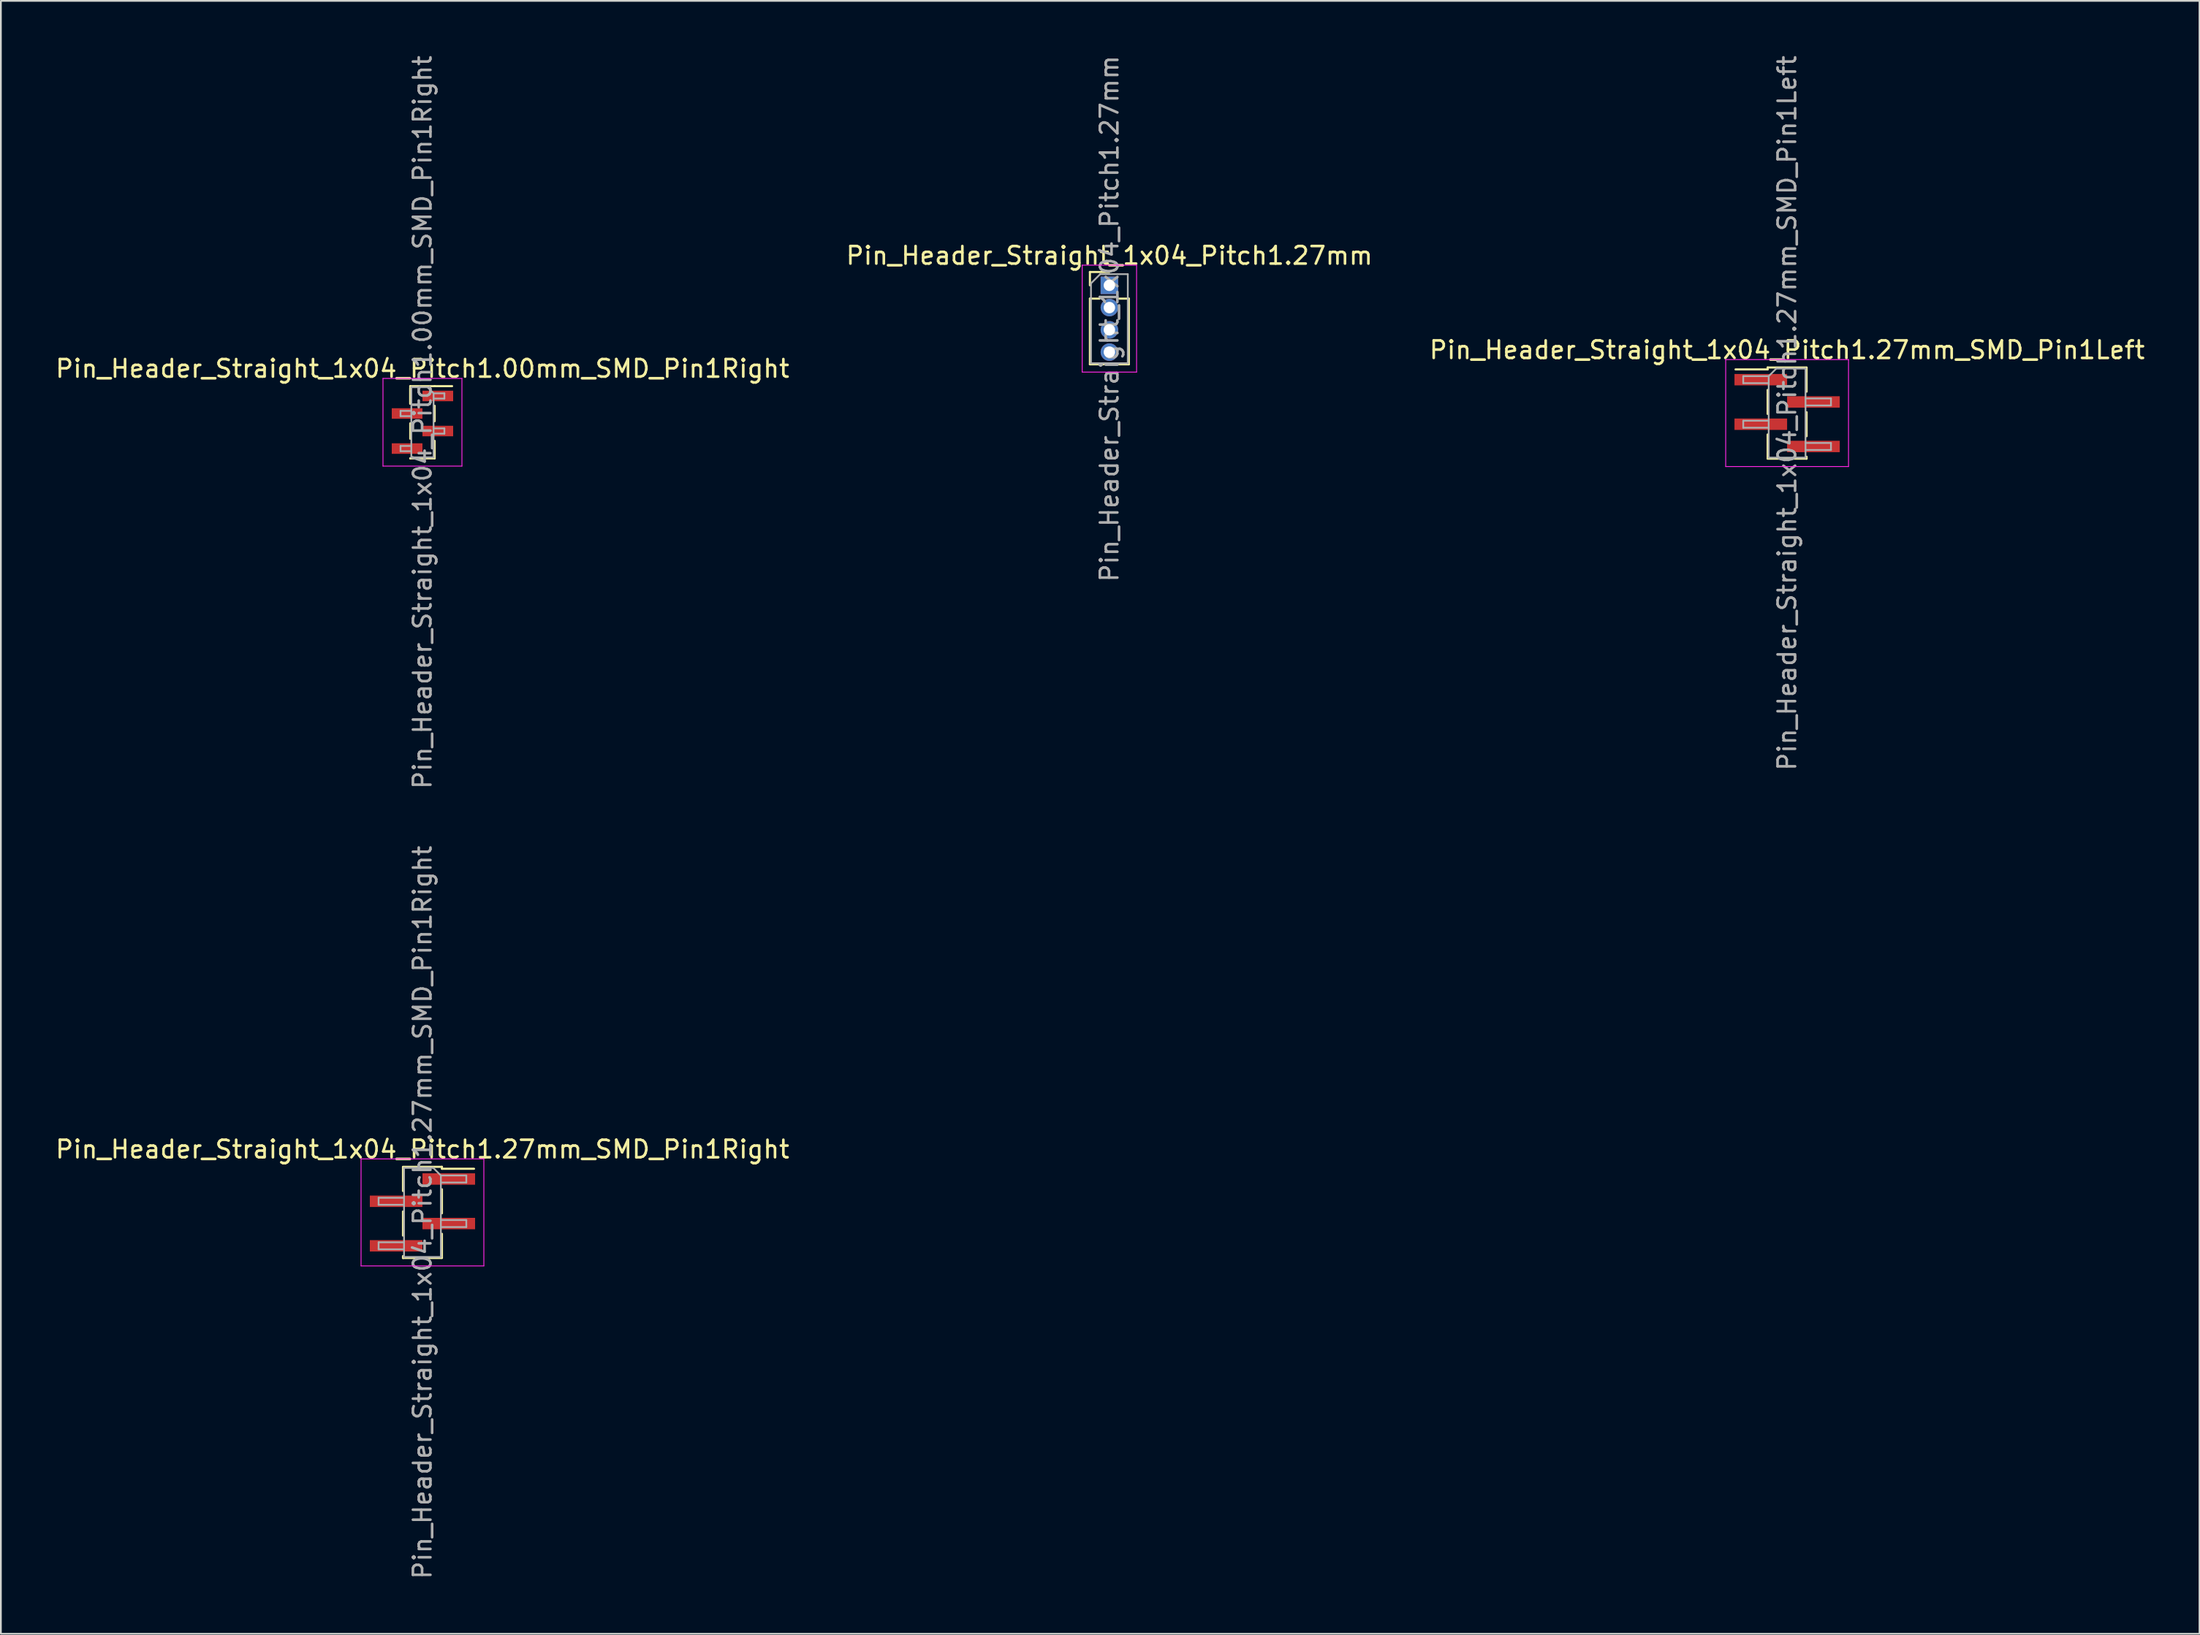
<source format=kicad_pcb>
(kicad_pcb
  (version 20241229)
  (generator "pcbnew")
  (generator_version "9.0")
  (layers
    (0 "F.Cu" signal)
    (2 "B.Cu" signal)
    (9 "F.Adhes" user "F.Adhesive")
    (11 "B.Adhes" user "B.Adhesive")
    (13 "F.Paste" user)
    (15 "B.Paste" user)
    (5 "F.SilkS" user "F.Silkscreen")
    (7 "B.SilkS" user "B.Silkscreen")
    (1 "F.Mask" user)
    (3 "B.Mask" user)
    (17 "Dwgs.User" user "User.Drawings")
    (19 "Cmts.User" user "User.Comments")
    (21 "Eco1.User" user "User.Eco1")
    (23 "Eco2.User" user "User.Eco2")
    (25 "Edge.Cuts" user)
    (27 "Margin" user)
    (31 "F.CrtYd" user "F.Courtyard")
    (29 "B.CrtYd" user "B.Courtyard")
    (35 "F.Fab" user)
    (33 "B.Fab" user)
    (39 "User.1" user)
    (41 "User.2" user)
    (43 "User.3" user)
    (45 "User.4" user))
  (footprint "Pin_Header_Straight_1x04_Pitch1.27mm_SMD_Pin1Left"
    (layer "F.Cu")
    (at 98.815 20.506)
    (property "Reference" "Pin_Header_Straight_1x04_Pitch1.27mm_SMD_Pin1Left" (at 0 -3.6 0) (layer "F.SilkS") (effects (font (size 1 1) (thickness 0.15))))
    (attr smd)
    (fp_line (start -1.11 -2.6) (end -1.11 -2.49) (stroke (width 0.12) (type solid)) (layer "F.SilkS"))
    (fp_line (start -1.11 -2.6) (end 1.11 -2.6) (stroke (width 0.12) (type solid)) (layer "F.SilkS"))
    (fp_line (start -1.11 -2.49) (end -2.94 -2.49) (stroke (width 0.12) (type solid)) (layer "F.SilkS"))
    (fp_line (start -1.11 -1.32) (end -1.11 0.05) (stroke (width 0.12) (type solid)) (layer "F.SilkS"))
    (fp_line (start -1.11 1.22) (end -1.11 2.59) (stroke (width 0.12) (type solid)) (layer "F.SilkS"))
    (fp_line (start -1.11 2.6) (end 1.11 2.6) (stroke (width 0.12) (type solid)) (layer "F.SilkS"))
    (fp_line (start 1.11 -2.59) (end 1.11 -1.22) (stroke (width 0.12) (type solid)) (layer "F.SilkS"))
    (fp_line (start 1.11 -0.05) (end 1.11 1.32) (stroke (width 0.12) (type solid)) (layer "F.SilkS"))
    (fp_line (start 1.11 2.49) (end 1.11 2.6) (stroke (width 0.12) (type solid)) (layer "F.SilkS"))
    (fp_line (start -3.5 -3.05) (end -3.5 3.05) (stroke (width 0.05) (type solid)) (layer "F.CrtYd"))
    (fp_line (start -3.5 3.05) (end 3.5 3.05) (stroke (width 0.05) (type solid)) (layer "F.CrtYd"))
    (fp_line (start 3.5 -3.05) (end -3.5 -3.05) (stroke (width 0.05) (type solid)) (layer "F.CrtYd"))
    (fp_line (start 3.5 3.05) (end 3.5 -3.05) (stroke (width 0.05) (type solid)) (layer "F.CrtYd"))
    (fp_line (start -2.5 -2.105) (end -2.5 -1.705) (stroke (width 0.1) (type solid)) (layer "F.Fab"))
    (fp_line (start -2.5 -1.705) (end -1.05 -1.705) (stroke (width 0.1) (type solid)) (layer "F.Fab"))
    (fp_line (start -2.5 0.435) (end -2.5 0.835) (stroke (width 0.1) (type solid)) (layer "F.Fab"))
    (fp_line (start -2.5 0.835) (end -1.05 0.835) (stroke (width 0.1) (type solid)) (layer "F.Fab"))
    (fp_line (start -1.05 -2.105) (end -2.5 -2.105) (stroke (width 0.1) (type solid)) (layer "F.Fab"))
    (fp_line (start -1.05 -2.105) (end -0.615 -2.54) (stroke (width 0.1) (type solid)) (layer "F.Fab"))
    (fp_line (start -1.05 0.435) (end -2.5 0.435) (stroke (width 0.1) (type solid)) (layer "F.Fab"))
    (fp_line (start -1.05 2.54) (end -1.05 -2.105) (stroke (width 0.1) (type solid)) (layer "F.Fab"))
    (fp_line (start -0.615 -2.54) (end 1.05 -2.54) (stroke (width 0.1) (type solid)) (layer "F.Fab"))
    (fp_line (start 1.05 -2.54) (end 1.05 2.54) (stroke (width 0.1) (type solid)) (layer "F.Fab"))
    (fp_line (start 1.05 -0.835) (end 2.5 -0.835) (stroke (width 0.1) (type solid)) (layer "F.Fab"))
    (fp_line (start 1.05 1.705) (end 2.5 1.705) (stroke (width 0.1) (type solid)) (layer "F.Fab"))
    (fp_line (start 1.05 2.54) (end -1.05 2.54) (stroke (width 0.1) (type solid)) (layer "F.Fab"))
    (fp_line (start 2.5 -0.835) (end 2.5 -0.435) (stroke (width 0.1) (type solid)) (layer "F.Fab"))
    (fp_line (start 2.5 -0.435) (end 1.05 -0.435) (stroke (width 0.1) (type solid)) (layer "F.Fab"))
    (fp_line (start 2.5 1.705) (end 2.5 2.105) (stroke (width 0.1) (type solid)) (layer "F.Fab"))
    (fp_line (start 2.5 2.105) (end 1.05 2.105) (stroke (width 0.1) (type solid)) (layer "F.Fab"))
    (fp_text user "${REFERENCE}" (at 0 0 90) (layer "F.Fab") (effects (font (size 1 1) (thickness 0.15))))
    (pad "1" smd rect (at -1.5 -1.905) (size 3 0.65) (layers "F.Cu" "F.Mask" "F.Paste"))
    (pad "2" smd rect (at 1.5 -0.635) (size 3 0.65) (layers "F.Cu" "F.Mask" "F.Paste"))
    (pad "3" smd rect (at -1.5 0.635) (size 3 0.65) (layers "F.Cu" "F.Mask" "F.Paste"))
    (pad "4" smd rect (at 1.5 1.905) (size 3 0.65) (layers "F.Cu" "F.Mask" "F.Paste")))
  (footprint "Pin_Header_Straight_1x04_Pitch1.27mm_SMD_Pin1Right"
    (layer "F.Cu")
    (at 21.03 66.089)
    (property "Reference" "Pin_Header_Straight_1x04_Pitch1.27mm_SMD_Pin1Right" (at 0 -3.6 0) (layer "F.SilkS") (effects (font (size 1 1) (thickness 0.15))))
    (attr smd)
    (fp_line (start -1.11 -2.6) (end 1.11 -2.6) (stroke (width 0.12) (type solid)) (layer "F.SilkS"))
    (fp_line (start -1.11 -2.59) (end -1.11 -1.22) (stroke (width 0.12) (type solid)) (layer "F.SilkS"))
    (fp_line (start -1.11 -0.05) (end -1.11 1.32) (stroke (width 0.12) (type solid)) (layer "F.SilkS"))
    (fp_line (start -1.11 2.49) (end -1.11 2.6) (stroke (width 0.12) (type solid)) (layer "F.SilkS"))
    (fp_line (start -1.11 2.6) (end 1.11 2.6) (stroke (width 0.12) (type solid)) (layer "F.SilkS"))
    (fp_line (start 1.11 -2.6) (end 1.11 -2.49) (stroke (width 0.12) (type solid)) (layer "F.SilkS"))
    (fp_line (start 1.11 -2.49) (end 2.94 -2.49) (stroke (width 0.12) (type solid)) (layer "F.SilkS"))
    (fp_line (start 1.11 -1.32) (end 1.11 0.05) (stroke (width 0.12) (type solid)) (layer "F.SilkS"))
    (fp_line (start 1.11 1.22) (end 1.11 2.59) (stroke (width 0.12) (type solid)) (layer "F.SilkS"))
    (fp_line (start -3.5 -3.05) (end -3.5 3.05) (stroke (width 0.05) (type solid)) (layer "F.CrtYd"))
    (fp_line (start -3.5 3.05) (end 3.5 3.05) (stroke (width 0.05) (type solid)) (layer "F.CrtYd"))
    (fp_line (start 3.5 -3.05) (end -3.5 -3.05) (stroke (width 0.05) (type solid)) (layer "F.CrtYd"))
    (fp_line (start 3.5 3.05) (end 3.5 -3.05) (stroke (width 0.05) (type solid)) (layer "F.CrtYd"))
    (fp_line (start -2.5 -0.835) (end -2.5 -0.435) (stroke (width 0.1) (type solid)) (layer "F.Fab"))
    (fp_line (start -2.5 -0.435) (end -1.05 -0.435) (stroke (width 0.1) (type solid)) (layer "F.Fab"))
    (fp_line (start -2.5 1.705) (end -2.5 2.105) (stroke (width 0.1) (type solid)) (layer "F.Fab"))
    (fp_line (start -2.5 2.105) (end -1.05 2.105) (stroke (width 0.1) (type solid)) (layer "F.Fab"))
    (fp_line (start -1.05 -2.54) (end -1.05 2.54) (stroke (width 0.1) (type solid)) (layer "F.Fab"))
    (fp_line (start -1.05 -2.54) (end 0.615 -2.54) (stroke (width 0.1) (type solid)) (layer "F.Fab"))
    (fp_line (start -1.05 -0.835) (end -2.5 -0.835) (stroke (width 0.1) (type solid)) (layer "F.Fab"))
    (fp_line (start -1.05 1.705) (end -2.5 1.705) (stroke (width 0.1) (type solid)) (layer "F.Fab"))
    (fp_line (start 1.05 -2.105) (end 0.615 -2.54) (stroke (width 0.1) (type solid)) (layer "F.Fab"))
    (fp_line (start 1.05 -2.105) (end 2.5 -2.105) (stroke (width 0.1) (type solid)) (layer "F.Fab"))
    (fp_line (start 1.05 0.435) (end 2.5 0.435) (stroke (width 0.1) (type solid)) (layer "F.Fab"))
    (fp_line (start 1.05 2.54) (end -1.05 2.54) (stroke (width 0.1) (type solid)) (layer "F.Fab"))
    (fp_line (start 1.05 2.54) (end 1.05 -2.105) (stroke (width 0.1) (type solid)) (layer "F.Fab"))
    (fp_line (start 2.5 -2.105) (end 2.5 -1.705) (stroke (width 0.1) (type solid)) (layer "F.Fab"))
    (fp_line (start 2.5 -1.705) (end 1.05 -1.705) (stroke (width 0.1) (type solid)) (layer "F.Fab"))
    (fp_line (start 2.5 0.435) (end 2.5 0.835) (stroke (width 0.1) (type solid)) (layer "F.Fab"))
    (fp_line (start 2.5 0.835) (end 1.05 0.835) (stroke (width 0.1) (type solid)) (layer "F.Fab"))
    (fp_text user "${REFERENCE}" (at 0 0 90) (layer "F.Fab") (effects (font (size 1 1) (thickness 0.15))))
    (pad "1" smd rect (at 1.5 -1.905) (size 3 0.65) (layers "F.Cu" "F.Mask" "F.Paste"))
    (pad "2" smd rect (at -1.5 -0.635) (size 3 0.65) (layers "F.Cu" "F.Mask" "F.Paste"))
    (pad "3" smd rect (at 1.5 0.635) (size 3 0.65) (layers "F.Cu" "F.Mask" "F.Paste"))
    (pad "4" smd rect (at -1.5 1.905) (size 3 0.65) (layers "F.Cu" "F.Mask" "F.Paste")))
  (footprint "Pin_Header_Straight_1x04_Pitch1.27mm"
    (layer "F.Cu")
    (at 60.185 13.22)
    (property "Reference" "Pin_Header_Straight_1x04_Pitch1.27mm" (at 0 -1.695 0) (layer "F.SilkS") (effects (font (size 1 1) (thickness 0.15))))
    (attr through_hole)
    (fp_line (start -1.11 -0.76) (end 0 -0.76) (stroke (width 0.12) (type solid)) (layer "F.SilkS"))
    (fp_line (start -1.11 0) (end -1.11 -0.76) (stroke (width 0.12) (type solid)) (layer "F.SilkS"))
    (fp_line (start -1.11 0.76) (end -1.11 4.505) (stroke (width 0.12) (type solid)) (layer "F.SilkS"))
    (fp_line (start -1.11 0.76) (end -0.563 0.76) (stroke (width 0.12) (type solid)) (layer "F.SilkS"))
    (fp_line (start -1.11 4.505) (end -0.308 4.505) (stroke (width 0.12) (type solid)) (layer "F.SilkS"))
    (fp_line (start 0.308 4.505) (end 1.11 4.505) (stroke (width 0.12) (type solid)) (layer "F.SilkS"))
    (fp_line (start 0.563 0.76) (end 1.11 0.76) (stroke (width 0.12) (type solid)) (layer "F.SilkS"))
    (fp_line (start 1.11 0.76) (end 1.11 4.505) (stroke (width 0.12) (type solid)) (layer "F.SilkS"))
    (fp_line (start -1.55 -1.15) (end -1.55 4.95) (stroke (width 0.05) (type solid)) (layer "F.CrtYd"))
    (fp_line (start -1.55 4.95) (end 1.55 4.95) (stroke (width 0.05) (type solid)) (layer "F.CrtYd"))
    (fp_line (start 1.55 -1.15) (end -1.55 -1.15) (stroke (width 0.05) (type solid)) (layer "F.CrtYd"))
    (fp_line (start 1.55 4.95) (end 1.55 -1.15) (stroke (width 0.05) (type solid)) (layer "F.CrtYd"))
    (fp_line (start -1.05 -0.11) (end -0.525 -0.635) (stroke (width 0.1) (type solid)) (layer "F.Fab"))
    (fp_line (start -1.05 4.445) (end -1.05 -0.11) (stroke (width 0.1) (type solid)) (layer "F.Fab"))
    (fp_line (start -0.525 -0.635) (end 1.05 -0.635) (stroke (width 0.1) (type solid)) (layer "F.Fab"))
    (fp_line (start 1.05 -0.635) (end 1.05 4.445) (stroke (width 0.1) (type solid)) (layer "F.Fab"))
    (fp_line (start 1.05 4.445) (end -1.05 4.445) (stroke (width 0.1) (type solid)) (layer "F.Fab"))
    (fp_text user "${REFERENCE}" (at 0 1.905 90) (layer "F.Fab") (effects (font (size 1 1) (thickness 0.15))))
    (pad "1" thru_hole rect (at 0 0) (size 1 1) (drill 0.65) (layers "*.Cu" "*.Mask"))
    (pad "2" thru_hole oval (at 0 1.27) (size 1 1) (drill 0.65) (layers "*.Cu" "*.Mask"))
    (pad "3" thru_hole oval (at 0 2.54) (size 1 1) (drill 0.65) (layers "*.Cu" "*.Mask"))
    (pad "4" thru_hole oval (at 0 3.81) (size 1 1) (drill 0.65) (layers "*.Cu" "*.Mask")))
  (footprint "Pin_Header_Straight_1x04_Pitch1.00mm_SMD_Pin1Right"
    (layer "F.Cu")
    (at 21.03 21.03)
    (property "Reference" "Pin_Header_Straight_1x04_Pitch1.00mm_SMD_Pin1Right" (at 0 -3.06 0) (layer "F.SilkS") (effects (font (size 1 1) (thickness 0.15))))
    (attr smd)
    (fp_line (start -0.695 -2.06) (end -0.695 -1.06) (stroke (width 0.12) (type solid)) (layer "F.SilkS"))
    (fp_line (start -0.695 -2.06) (end 0.695 -2.06) (stroke (width 0.12) (type solid)) (layer "F.SilkS"))
    (fp_line (start -0.695 -1.94) (end -0.695 -1.06) (stroke (width 0.12) (type solid)) (layer "F.SilkS"))
    (fp_line (start -0.695 0.06) (end -0.695 0.94) (stroke (width 0.12) (type solid)) (layer "F.SilkS"))
    (fp_line (start -0.695 2.06) (end -0.695 2.06) (stroke (width 0.12) (type solid)) (layer "F.SilkS"))
    (fp_line (start -0.695 2.06) (end 0.695 2.06) (stroke (width 0.12) (type solid)) (layer "F.SilkS"))
    (fp_line (start 0.695 -2.06) (end 0.695 -2.06) (stroke (width 0.12) (type solid)) (layer "F.SilkS"))
    (fp_line (start 0.695 -2.06) (end 1.69 -2.06) (stroke (width 0.12) (type solid)) (layer "F.SilkS"))
    (fp_line (start 0.695 -0.94) (end 0.695 -0.06) (stroke (width 0.12) (type solid)) (layer "F.SilkS"))
    (fp_line (start 0.695 1.06) (end 0.695 2.06) (stroke (width 0.12) (type solid)) (layer "F.SilkS"))
    (fp_line (start -2.25 -2.5) (end -2.25 2.5) (stroke (width 0.05) (type solid)) (layer "F.CrtYd"))
    (fp_line (start -2.25 2.5) (end 2.25 2.5) (stroke (width 0.05) (type solid)) (layer "F.CrtYd"))
    (fp_line (start 2.25 -2.5) (end -2.25 -2.5) (stroke (width 0.05) (type solid)) (layer "F.CrtYd"))
    (fp_line (start 2.25 2.5) (end 2.25 -2.5) (stroke (width 0.05) (type solid)) (layer "F.CrtYd"))
    (fp_line (start -1.25 -0.65) (end -1.25 -0.35) (stroke (width 0.1) (type solid)) (layer "F.Fab"))
    (fp_line (start -1.25 -0.35) (end -0.635 -0.35) (stroke (width 0.1) (type solid)) (layer "F.Fab"))
    (fp_line (start -1.25 1.35) (end -1.25 1.65) (stroke (width 0.1) (type solid)) (layer "F.Fab"))
    (fp_line (start -1.25 1.65) (end -0.635 1.65) (stroke (width 0.1) (type solid)) (layer "F.Fab"))
    (fp_line (start -0.635 -2) (end -0.635 2) (stroke (width 0.1) (type solid)) (layer "F.Fab"))
    (fp_line (start -0.635 -2) (end 0.285 -2) (stroke (width 0.1) (type solid)) (layer "F.Fab"))
    (fp_line (start -0.635 -0.65) (end -1.25 -0.65) (stroke (width 0.1) (type solid)) (layer "F.Fab"))
    (fp_line (start -0.635 1.35) (end -1.25 1.35) (stroke (width 0.1) (type solid)) (layer "F.Fab"))
    (fp_line (start 0.635 -1.65) (end 0.285 -2) (stroke (width 0.1) (type solid)) (layer "F.Fab"))
    (fp_line (start 0.635 -1.65) (end 1.25 -1.65) (stroke (width 0.1) (type solid)) (layer "F.Fab"))
    (fp_line (start 0.635 0.35) (end 1.25 0.35) (stroke (width 0.1) (type solid)) (layer "F.Fab"))
    (fp_line (start 0.635 2) (end -0.635 2) (stroke (width 0.1) (type solid)) (layer "F.Fab"))
    (fp_line (start 0.635 2) (end 0.635 -1.65) (stroke (width 0.1) (type solid)) (layer "F.Fab"))
    (fp_line (start 1.25 -1.65) (end 1.25 -1.35) (stroke (width 0.1) (type solid)) (layer "F.Fab"))
    (fp_line (start 1.25 -1.35) (end 0.635 -1.35) (stroke (width 0.1) (type solid)) (layer "F.Fab"))
    (fp_line (start 1.25 0.35) (end 1.25 0.65) (stroke (width 0.1) (type solid)) (layer "F.Fab"))
    (fp_line (start 1.25 0.65) (end 0.635 0.65) (stroke (width 0.1) (type solid)) (layer "F.Fab"))
    (fp_text user "${REFERENCE}" (at 0 0 90) (layer "F.Fab") (effects (font (size 1 1) (thickness 0.15))))
    (pad "1" smd rect (at 0.875 -1.5) (size 1.75 0.6) (layers "F.Cu" "F.Mask" "F.Paste"))
    (pad "2" smd rect (at -0.875 -0.5) (size 1.75 0.6) (layers "F.Cu" "F.Mask" "F.Paste"))
    (pad "3" smd rect (at 0.875 0.5) (size 1.75 0.6) (layers "F.Cu" "F.Mask" "F.Paste"))
    (pad "4" smd rect (at -0.875 1.5) (size 1.75 0.6) (layers "F.Cu" "F.Mask" "F.Paste")))
  (gr_rect
    (start -3 -3)
    (end 122.321 90.119)
    (stroke (width 0.1) (type default))
    (fill no)
    (layer "Edge.Cuts")))
</source>
